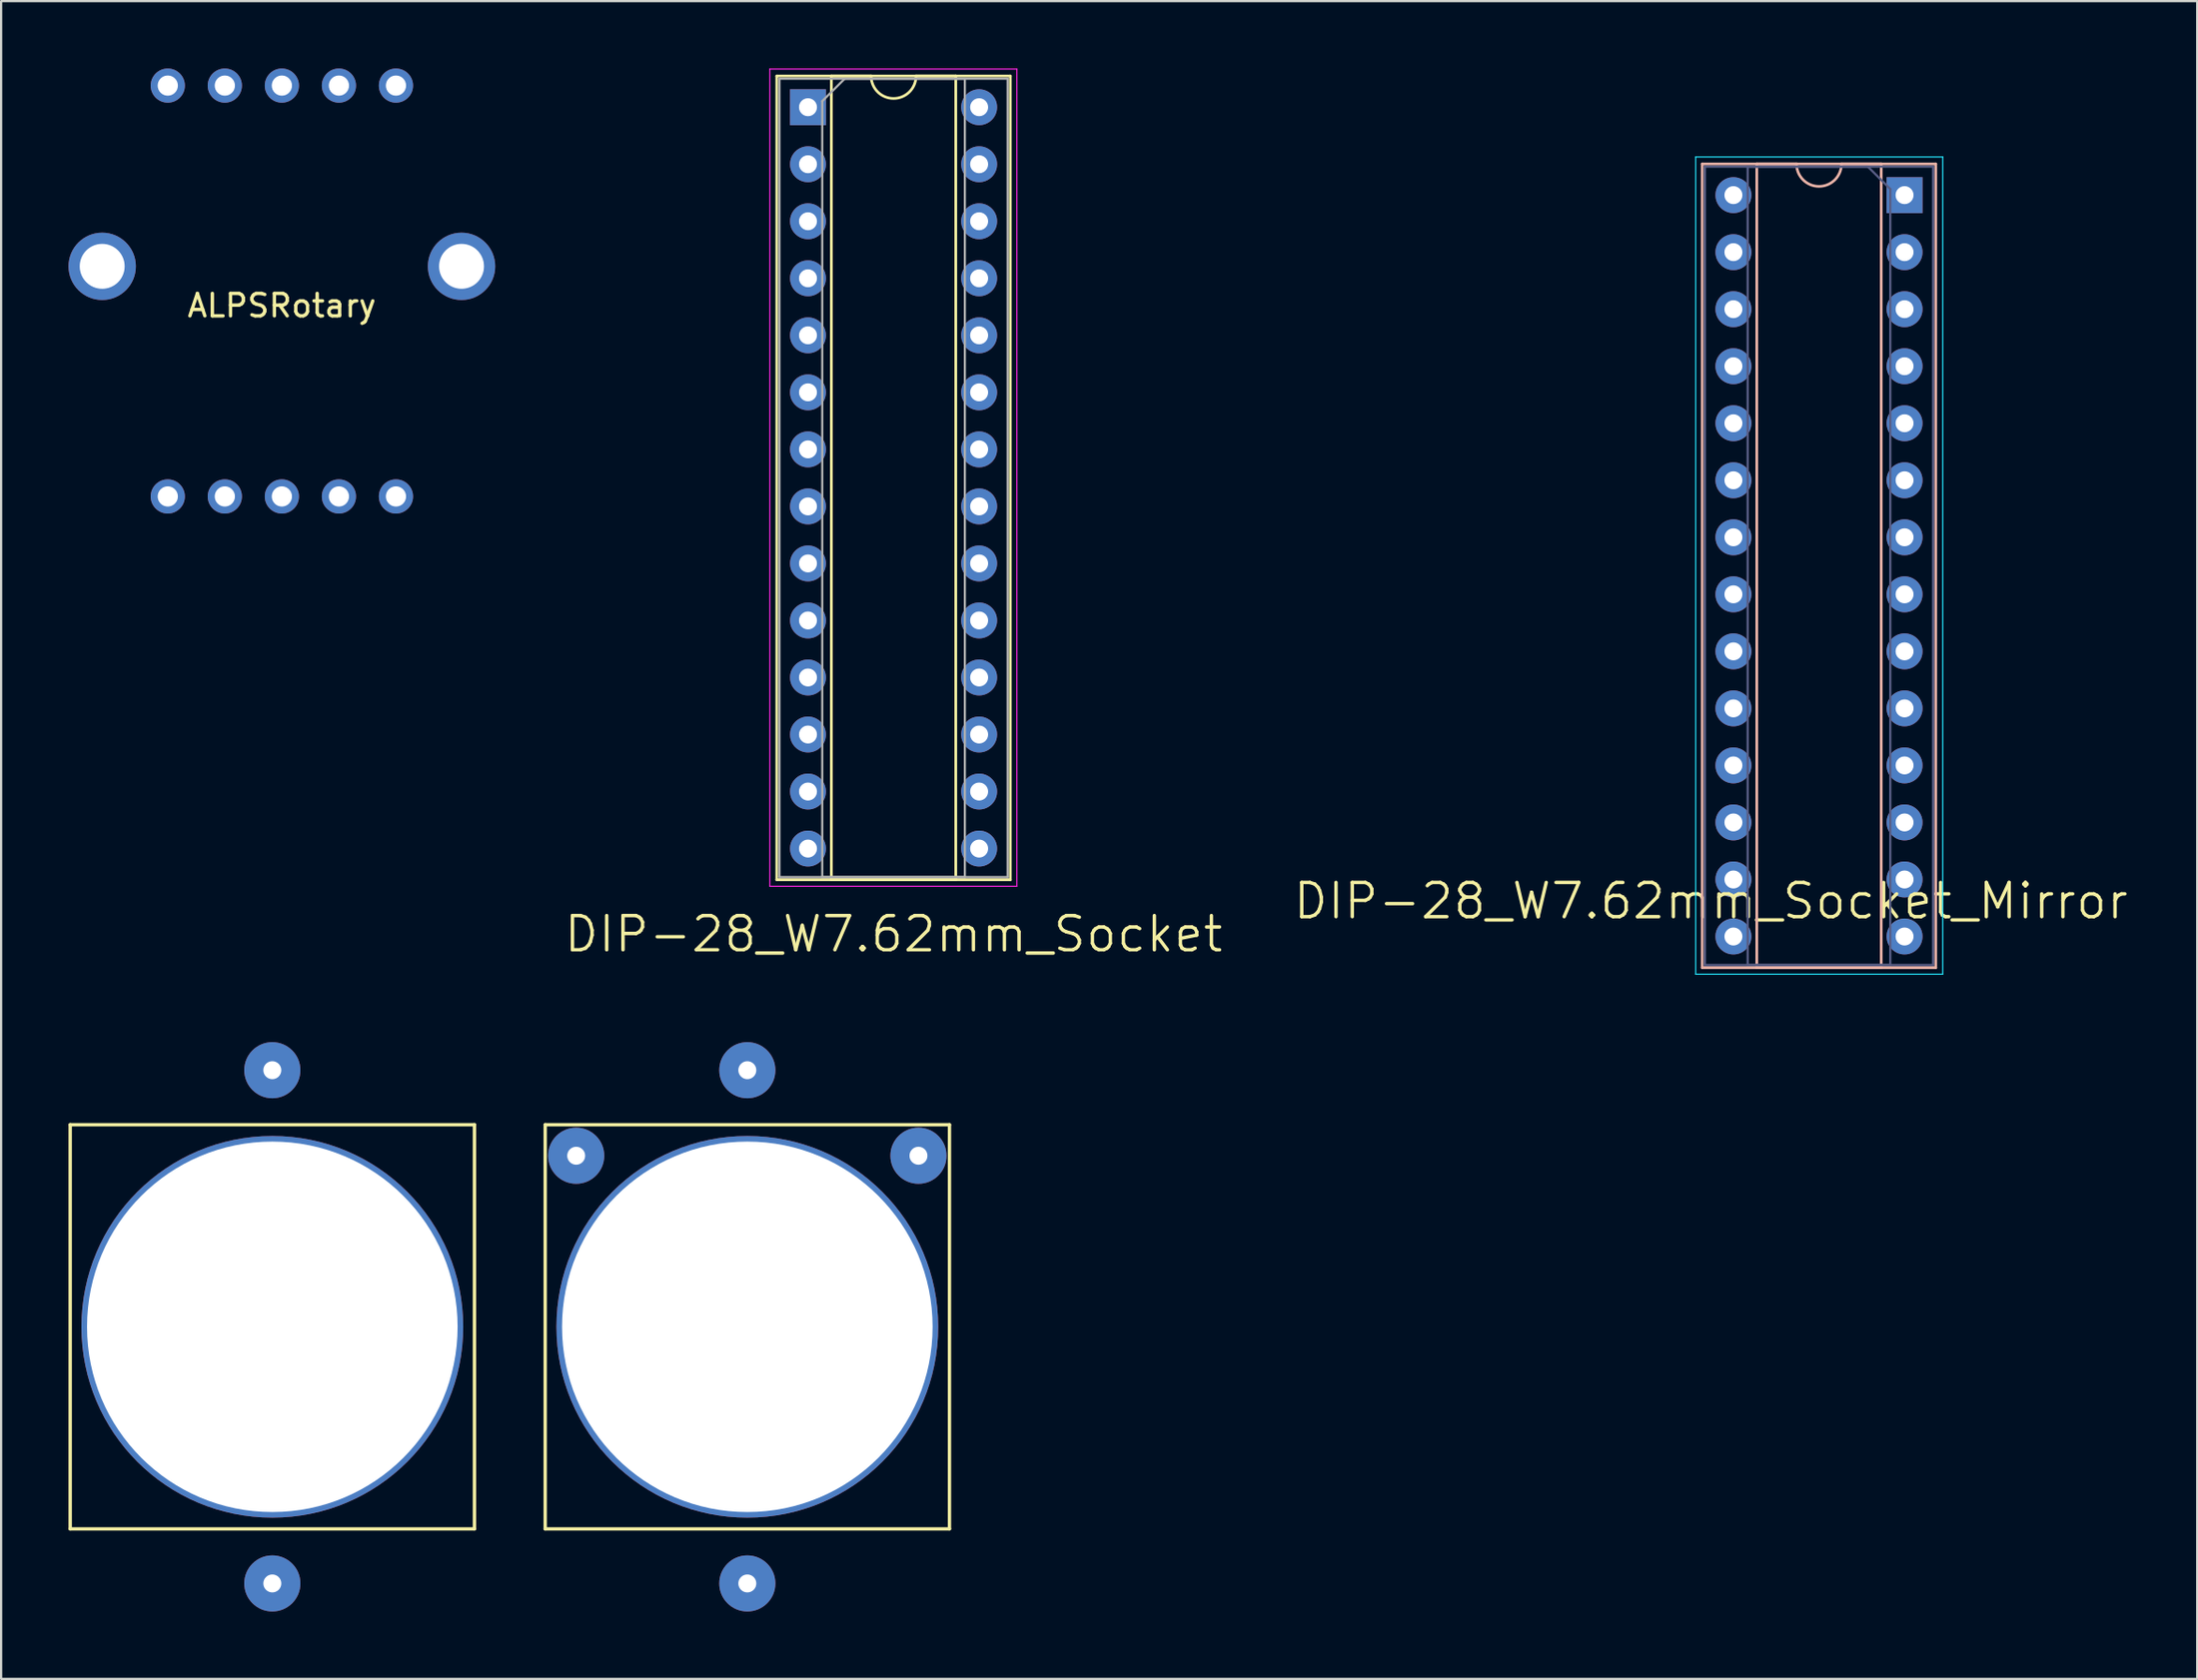
<source format=kicad_pcb>
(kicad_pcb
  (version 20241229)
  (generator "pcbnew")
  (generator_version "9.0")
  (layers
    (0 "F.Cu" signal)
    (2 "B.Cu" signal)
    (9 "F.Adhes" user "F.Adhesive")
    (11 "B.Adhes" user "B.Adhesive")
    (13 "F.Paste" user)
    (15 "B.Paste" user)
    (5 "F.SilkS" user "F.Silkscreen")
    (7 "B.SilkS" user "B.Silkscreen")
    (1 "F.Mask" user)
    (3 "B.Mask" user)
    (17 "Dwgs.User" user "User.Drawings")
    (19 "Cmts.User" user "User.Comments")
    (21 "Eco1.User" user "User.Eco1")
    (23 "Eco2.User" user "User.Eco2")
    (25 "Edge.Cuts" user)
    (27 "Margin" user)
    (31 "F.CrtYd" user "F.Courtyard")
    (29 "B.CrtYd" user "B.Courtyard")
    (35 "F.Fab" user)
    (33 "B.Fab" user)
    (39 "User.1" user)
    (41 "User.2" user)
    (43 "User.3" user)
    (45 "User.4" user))
  (footprint "EAO31"
    (layer "F.Cu")
    (at 30.225 56.046)
    (property "Reference" "EAO31" (at 0 0.5 0) (layer "F.SilkS") (effects (font (size 1 1) (thickness 0.15))))
    (attr through_hole)
    (fp_line (start -9 -9) (end 9 -9) (stroke (width 0.15) (type solid)) (layer "F.SilkS"))
    (fp_line (start -9 9) (end -9 -9) (stroke (width 0.15) (type solid)) (layer "F.SilkS"))
    (fp_line (start 9 -9) (end 9 9) (stroke (width 0.15) (type solid)) (layer "F.SilkS"))
    (fp_line (start 9 9) (end -9 9) (stroke (width 0.15) (type solid)) (layer "F.SilkS"))
    (pad "" np_thru_hole circle (at 0 0) (size 17 17) (drill 16.5) (layers "*.Cu" "*.Mask"))
    (pad "1" thru_hole circle (at -7.62 -7.62) (size 2.5 2.5) (drill 0.8) (layers "*.Cu" "*.Mask"))
    (pad "2" thru_hole circle (at 7.62 -7.62) (size 2.5 2.5) (drill 0.8) (layers "*.Cu" "*.Mask"))
    (pad "3" thru_hole circle (at 0 -11.43) (size 2.5 2.5) (drill 0.8) (layers "*.Cu" "*.Mask"))
    (pad "4" thru_hole circle (at 0 11.43) (size 2.5 2.5) (drill 0.8) (layers "*.Cu" "*.Mask")))
  (footprint "ALPSRotary"
    (layer "F.Cu")
    (at 9.5 9.912)
    (property "Reference" "ALPSRotary" (at 0 0.65 0) (layer "F.SilkS") (effects (font (size 1 1) (thickness 0.15))))
    (attr through_hole)
    (pad "1" thru_hole circle (at 5.08 9.15) (size 1.524 1.524) (drill 0.9) (layers "*.Cu" "*.Mask"))
    (pad "2" thru_hole circle (at 2.54 9.15) (size 1.524 1.524) (drill 0.9) (layers "*.Cu" "*.Mask"))
    (pad "3" thru_hole circle (at 0 9.15) (size 1.524 1.524) (drill 0.9) (layers "*.Cu" "*.Mask"))
    (pad "4" thru_hole circle (at -2.54 9.15) (size 1.524 1.524) (drill 0.9) (layers "*.Cu" "*.Mask"))
    (pad "5" thru_hole circle (at -5.08 9.15) (size 1.524 1.524) (drill 0.9) (layers "*.Cu" "*.Mask"))
    (pad "6" thru_hole circle (at -5.08 -9.15) (size 1.524 1.524) (drill 0.9) (layers "*.Cu" "*.Mask"))
    (pad "7" thru_hole circle (at -2.54 -9.15) (size 1.524 1.524) (drill 0.9) (layers "*.Cu" "*.Mask"))
    (pad "8" thru_hole circle (at 0 -9.15) (size 1.524 1.524) (drill 0.9) (layers "*.Cu" "*.Mask"))
    (pad "9" thru_hole circle (at 2.54 -9.15) (size 1.524 1.524) (drill 0.9) (layers "*.Cu" "*.Mask"))
    (pad "11" thru_hole circle (at 5.08 -9.15) (size 1.524 1.524) (drill 0.9) (layers "*.Cu" "*.Mask"))
    (pad "11" thru_hole circle (at 8 -1.1) (size 3 3) (drill 2) (layers "*.Cu" "*.Mask"))
    (pad "12" thru_hole circle (at -8 -1.1) (size 3 3) (drill 2) (layers "*.Cu" "*.Mask")))
  (footprint "DIP-28_W7.62mm_Socket"
    (layer "F.Cu")
    (at 32.926 1.725)
    (property "Reference" "DIP-28_W7.62mm_Socket" (at 3.81 36.83 0) (layer "F.SilkS") (effects (font (size 1.524 1.524) (thickness 0.152))))
    (attr through_hole)
    (fp_line (start -1.39 -1.39) (end -1.39 34.41) (stroke (width 0.12) (type solid)) (layer "F.SilkS"))
    (fp_line (start -1.39 34.41) (end 9.01 34.41) (stroke (width 0.12) (type solid)) (layer "F.SilkS"))
    (fp_line (start 1.04 -1.39) (end 1.04 34.41) (stroke (width 0.12) (type solid)) (layer "F.SilkS"))
    (fp_line (start 1.04 34.41) (end 6.58 34.41) (stroke (width 0.12) (type solid)) (layer "F.SilkS"))
    (fp_line (start 2.81 -1.39) (end 1.04 -1.39) (stroke (width 0.12) (type solid)) (layer "F.SilkS"))
    (fp_line (start 6.58 -1.39) (end 4.81 -1.39) (stroke (width 0.12) (type solid)) (layer "F.SilkS"))
    (fp_line (start 6.58 34.41) (end 6.58 -1.39) (stroke (width 0.12) (type solid)) (layer "F.SilkS"))
    (fp_line (start 9.01 -1.39) (end -1.39 -1.39) (stroke (width 0.12) (type solid)) (layer "F.SilkS"))
    (fp_line (start 9.01 34.41) (end 9.01 -1.39) (stroke (width 0.12) (type solid)) (layer "F.SilkS"))
    (fp_arc (start 4.81 -1.39) (mid 3.81 -0.39) (end 2.81 -1.39) (stroke (width 0.12) (type solid)) (layer "F.SilkS"))
    (fp_line (start -1.7 -1.7) (end -1.7 34.7) (stroke (width 0.05) (type solid)) (layer "F.CrtYd"))
    (fp_line (start -1.7 34.7) (end 9.3 34.7) (stroke (width 0.05) (type solid)) (layer "F.CrtYd"))
    (fp_line (start 9.3 -1.7) (end -1.7 -1.7) (stroke (width 0.05) (type solid)) (layer "F.CrtYd"))
    (fp_line (start 9.3 34.7) (end 9.3 -1.7) (stroke (width 0.05) (type solid)) (layer "F.CrtYd"))
    (fp_line (start -1.27 -1.27) (end -1.27 34.29) (stroke (width 0.1) (type solid)) (layer "F.Fab"))
    (fp_line (start -1.27 34.29) (end 8.89 34.29) (stroke (width 0.1) (type solid)) (layer "F.Fab"))
    (fp_line (start 0.635 -0.27) (end 1.635 -1.27) (stroke (width 0.1) (type solid)) (layer "F.Fab"))
    (fp_line (start 0.635 34.29) (end 0.635 -0.27) (stroke (width 0.1) (type solid)) (layer "F.Fab"))
    (fp_line (start 1.635 -1.27) (end 6.985 -1.27) (stroke (width 0.1) (type solid)) (layer "F.Fab"))
    (fp_line (start 6.985 -1.27) (end 6.985 34.29) (stroke (width 0.1) (type solid)) (layer "F.Fab"))
    (fp_line (start 6.985 34.29) (end 0.635 34.29) (stroke (width 0.1) (type solid)) (layer "F.Fab"))
    (fp_line (start 8.89 -1.27) (end -1.27 -1.27) (stroke (width 0.1) (type solid)) (layer "F.Fab"))
    (fp_line (start 8.89 34.29) (end 8.89 -1.27) (stroke (width 0.1) (type solid)) (layer "F.Fab"))
    (pad "1" thru_hole rect (at 0 0) (size 1.6 1.6) (drill 0.8) (layers "*.Cu" "*.Mask"))
    (pad "2" thru_hole oval (at 0 2.54) (size 1.6 1.6) (drill 0.8) (layers "*.Cu" "*.Mask"))
    (pad "3" thru_hole oval (at 0 5.08) (size 1.6 1.6) (drill 0.8) (layers "*.Cu" "*.Mask"))
    (pad "4" thru_hole oval (at 0 7.62) (size 1.6 1.6) (drill 0.8) (layers "*.Cu" "*.Mask"))
    (pad "5" thru_hole oval (at 0 10.16) (size 1.6 1.6) (drill 0.8) (layers "*.Cu" "*.Mask"))
    (pad "6" thru_hole oval (at 0 12.7) (size 1.6 1.6) (drill 0.8) (layers "*.Cu" "*.Mask"))
    (pad "7" thru_hole oval (at 0 15.24) (size 1.6 1.6) (drill 0.8) (layers "*.Cu" "*.Mask"))
    (pad "8" thru_hole oval (at 0 17.78) (size 1.6 1.6) (drill 0.8) (layers "*.Cu" "*.Mask"))
    (pad "9" thru_hole oval (at 0 20.32) (size 1.6 1.6) (drill 0.8) (layers "*.Cu" "*.Mask"))
    (pad "10" thru_hole oval (at 0 22.86) (size 1.6 1.6) (drill 0.8) (layers "*.Cu" "*.Mask"))
    (pad "11" thru_hole oval (at 0 25.4) (size 1.6 1.6) (drill 0.8) (layers "*.Cu" "*.Mask"))
    (pad "12" thru_hole oval (at 0 27.94) (size 1.6 1.6) (drill 0.8) (layers "*.Cu" "*.Mask"))
    (pad "13" thru_hole oval (at 0 30.48) (size 1.6 1.6) (drill 0.8) (layers "*.Cu" "*.Mask"))
    (pad "14" thru_hole oval (at 0 33.02) (size 1.6 1.6) (drill 0.8) (layers "*.Cu" "*.Mask"))
    (pad "15" thru_hole oval (at 7.62 33.02) (size 1.6 1.6) (drill 0.8) (layers "*.Cu" "*.Mask"))
    (pad "16" thru_hole oval (at 7.62 30.48) (size 1.6 1.6) (drill 0.8) (layers "*.Cu" "*.Mask"))
    (pad "17" thru_hole oval (at 7.62 27.94) (size 1.6 1.6) (drill 0.8) (layers "*.Cu" "*.Mask"))
    (pad "18" thru_hole oval (at 7.62 25.4) (size 1.6 1.6) (drill 0.8) (layers "*.Cu" "*.Mask"))
    (pad "19" thru_hole oval (at 7.62 22.86) (size 1.6 1.6) (drill 0.8) (layers "*.Cu" "*.Mask"))
    (pad "20" thru_hole oval (at 7.62 20.32) (size 1.6 1.6) (drill 0.8) (layers "*.Cu" "*.Mask"))
    (pad "21" thru_hole oval (at 7.62 17.78) (size 1.6 1.6) (drill 0.8) (layers "*.Cu" "*.Mask"))
    (pad "22" thru_hole oval (at 7.62 15.24) (size 1.6 1.6) (drill 0.8) (layers "*.Cu" "*.Mask"))
    (pad "23" thru_hole oval (at 7.62 12.7) (size 1.6 1.6) (drill 0.8) (layers "*.Cu" "*.Mask"))
    (pad "24" thru_hole oval (at 7.62 10.16) (size 1.6 1.6) (drill 0.8) (layers "*.Cu" "*.Mask"))
    (pad "25" thru_hole oval (at 7.62 7.62) (size 1.6 1.6) (drill 0.8) (layers "*.Cu" "*.Mask"))
    (pad "26" thru_hole oval (at 7.62 5.08) (size 1.6 1.6) (drill 0.8) (layers "*.Cu" "*.Mask"))
    (pad "27" thru_hole oval (at 7.62 2.54) (size 1.6 1.6) (drill 0.8) (layers "*.Cu" "*.Mask"))
    (pad "28" thru_hole oval (at 7.62 0) (size 1.6 1.6) (drill 0.8) (layers "*.Cu" "*.Mask")))
  (footprint "DIP-28_W7.62mm_Socket_Mirror"
    (layer "F.Cu")
    (at 69.316 0.25)
    (property "Reference" "DIP-28_W7.62mm_Socket_Mirror" (at 3.81 36.83 0) (layer "F.SilkS") (effects (font (size 1.524 1.524) (thickness 0.152))))
    (attr through_hole)
    (fp_line (start 3.425 4.001) (end 13.825 4.001) (stroke (width 0.12) (type solid)) (layer "B.SilkS"))
    (fp_line (start 3.425 39.801) (end 3.425 4.001) (stroke (width 0.12) (type solid)) (layer "B.SilkS"))
    (fp_line (start 5.855 4.001) (end 7.625 4.001) (stroke (width 0.12) (type solid)) (layer "B.SilkS"))
    (fp_line (start 5.855 39.801) (end 5.855 4.001) (stroke (width 0.12) (type solid)) (layer "B.SilkS"))
    (fp_line (start 9.625 4.001) (end 11.395 4.001) (stroke (width 0.12) (type solid)) (layer "B.SilkS"))
    (fp_line (start 11.395 4.001) (end 11.395 39.801) (stroke (width 0.12) (type solid)) (layer "B.SilkS"))
    (fp_line (start 11.395 39.801) (end 5.855 39.801) (stroke (width 0.12) (type solid)) (layer "B.SilkS"))
    (fp_line (start 13.825 4.001) (end 13.825 39.801) (stroke (width 0.12) (type solid)) (layer "B.SilkS"))
    (fp_line (start 13.825 39.801) (end 3.425 39.801) (stroke (width 0.12) (type solid)) (layer "B.SilkS"))
    (fp_arc (start 9.625404 4.001198) (mid 8.625404 5.001198) (end 7.625404 4.001198) (stroke (width 0.12) (type solid)) (layer "B.SilkS"))
    (fp_line (start 3.135 3.691) (end 14.135 3.691) (stroke (width 0.05) (type solid)) (layer "B.CrtYd"))
    (fp_line (start 3.135 40.091) (end 3.135 3.691) (stroke (width 0.05) (type solid)) (layer "B.CrtYd"))
    (fp_line (start 14.135 3.691) (end 14.135 40.091) (stroke (width 0.05) (type solid)) (layer "B.CrtYd"))
    (fp_line (start 14.135 40.091) (end 3.135 40.091) (stroke (width 0.05) (type solid)) (layer "B.CrtYd"))
    (fp_line (start 3.545 4.121) (end 13.705 4.121) (stroke (width 0.1) (type solid)) (layer "B.Fab"))
    (fp_line (start 3.545 39.681) (end 3.545 4.121) (stroke (width 0.1) (type solid)) (layer "B.Fab"))
    (fp_line (start 5.45 4.121) (end 5.45 39.681) (stroke (width 0.1) (type solid)) (layer "B.Fab"))
    (fp_line (start 5.45 39.681) (end 11.8 39.681) (stroke (width 0.1) (type solid)) (layer "B.Fab"))
    (fp_line (start 10.8 4.121) (end 5.45 4.121) (stroke (width 0.1) (type solid)) (layer "B.Fab"))
    (fp_line (start 11.8 5.121) (end 10.8 4.121) (stroke (width 0.1) (type solid)) (layer "B.Fab"))
    (fp_line (start 11.8 39.681) (end 11.8 5.121) (stroke (width 0.1) (type solid)) (layer "B.Fab"))
    (fp_line (start 13.705 4.121) (end 13.705 39.681) (stroke (width 0.1) (type solid)) (layer "B.Fab"))
    (fp_line (start 13.705 39.681) (end 3.545 39.681) (stroke (width 0.1) (type solid)) (layer "B.Fab"))
    (pad "1" thru_hole rect (at 12.435 5.391 180) (size 1.6 1.6) (drill 0.8) (layers "*.Cu" "*.Mask"))
    (pad "2" thru_hole oval (at 12.435 7.931 180) (size 1.6 1.6) (drill 0.8) (layers "*.Cu" "*.Mask"))
    (pad "3" thru_hole oval (at 12.435 10.471 180) (size 1.6 1.6) (drill 0.8) (layers "*.Cu" "*.Mask"))
    (pad "4" thru_hole oval (at 12.435 13.011 180) (size 1.6 1.6) (drill 0.8) (layers "*.Cu" "*.Mask"))
    (pad "5" thru_hole oval (at 12.435 15.551 180) (size 1.6 1.6) (drill 0.8) (layers "*.Cu" "*.Mask"))
    (pad "6" thru_hole oval (at 12.435 18.091 180) (size 1.6 1.6) (drill 0.8) (layers "*.Cu" "*.Mask"))
    (pad "7" thru_hole oval (at 12.435 20.631 180) (size 1.6 1.6) (drill 0.8) (layers "*.Cu" "*.Mask"))
    (pad "8" thru_hole oval (at 12.435 23.171 180) (size 1.6 1.6) (drill 0.8) (layers "*.Cu" "*.Mask"))
    (pad "9" thru_hole oval (at 12.435 25.711 180) (size 1.6 1.6) (drill 0.8) (layers "*.Cu" "*.Mask"))
    (pad "10" thru_hole oval (at 12.435 28.251 180) (size 1.6 1.6) (drill 0.8) (layers "*.Cu" "*.Mask"))
    (pad "11" thru_hole oval (at 12.435 30.791 180) (size 1.6 1.6) (drill 0.8) (layers "*.Cu" "*.Mask"))
    (pad "12" thru_hole oval (at 12.435 33.331 180) (size 1.6 1.6) (drill 0.8) (layers "*.Cu" "*.Mask"))
    (pad "13" thru_hole oval (at 12.435 35.871 180) (size 1.6 1.6) (drill 0.8) (layers "*.Cu" "*.Mask"))
    (pad "14" thru_hole oval (at 12.435 38.411 180) (size 1.6 1.6) (drill 0.8) (layers "*.Cu" "*.Mask"))
    (pad "15" thru_hole oval (at 4.815 38.411 180) (size 1.6 1.6) (drill 0.8) (layers "*.Cu" "*.Mask"))
    (pad "16" thru_hole oval (at 4.815 35.871 180) (size 1.6 1.6) (drill 0.8) (layers "*.Cu" "*.Mask"))
    (pad "17" thru_hole oval (at 4.815 33.331 180) (size 1.6 1.6) (drill 0.8) (layers "*.Cu" "*.Mask"))
    (pad "18" thru_hole oval (at 4.815 30.791 180) (size 1.6 1.6) (drill 0.8) (layers "*.Cu" "*.Mask"))
    (pad "19" thru_hole oval (at 4.815 28.251 180) (size 1.6 1.6) (drill 0.8) (layers "*.Cu" "*.Mask"))
    (pad "20" thru_hole oval (at 4.815 25.711 180) (size 1.6 1.6) (drill 0.8) (layers "*.Cu" "*.Mask"))
    (pad "21" thru_hole oval (at 4.815 23.171 180) (size 1.6 1.6) (drill 0.8) (layers "*.Cu" "*.Mask"))
    (pad "22" thru_hole oval (at 4.815 20.631 180) (size 1.6 1.6) (drill 0.8) (layers "*.Cu" "*.Mask"))
    (pad "23" thru_hole oval (at 4.815 18.091 180) (size 1.6 1.6) (drill 0.8) (layers "*.Cu" "*.Mask"))
    (pad "24" thru_hole oval (at 4.815 15.551 180) (size 1.6 1.6) (drill 0.8) (layers "*.Cu" "*.Mask"))
    (pad "25" thru_hole oval (at 4.815 13.011 180) (size 1.6 1.6) (drill 0.8) (layers "*.Cu" "*.Mask"))
    (pad "26" thru_hole oval (at 4.815 10.471 180) (size 1.6 1.6) (drill 0.8) (layers "*.Cu" "*.Mask"))
    (pad "27" thru_hole oval (at 4.815 7.931 180) (size 1.6 1.6) (drill 0.8) (layers "*.Cu" "*.Mask"))
    (pad "28" thru_hole oval (at 4.815 5.391 180) (size 1.6 1.6) (drill 0.8) (layers "*.Cu" "*.Mask")))
  (footprint "EAO31_Led_Only"
    (layer "F.Cu")
    (at 9.075 56.046)
    (property "Reference" "EAO31_Led_Only" (at 0 0.5 0) (layer "F.SilkS") (effects (font (size 1 1) (thickness 0.15))))
    (attr through_hole)
    (fp_line (start -9 -9) (end 9 -9) (stroke (width 0.15) (type solid)) (layer "F.SilkS"))
    (fp_line (start -9 9) (end -9 -9) (stroke (width 0.15) (type solid)) (layer "F.SilkS"))
    (fp_line (start 9 -9) (end 9 9) (stroke (width 0.15) (type solid)) (layer "F.SilkS"))
    (fp_line (start 9 9) (end -9 9) (stroke (width 0.15) (type solid)) (layer "F.SilkS"))
    (pad "" np_thru_hole circle (at 0 0) (size 17 17) (drill 16.5) (layers "*.Cu" "*.Mask"))
    (pad "1" thru_hole circle (at 0 -11.43) (size 2.5 2.5) (drill 0.8) (layers "*.Cu" "*.Mask"))
    (pad "2" thru_hole circle (at 0 11.43) (size 2.5 2.5) (drill 0.8) (layers "*.Cu" "*.Mask")))
  (gr_rect
    (start -3 -3)
    (end 94.78 71.726)
    (stroke (width 0.1) (type default))
    (fill no)
    (layer "Edge.Cuts")))
</source>
